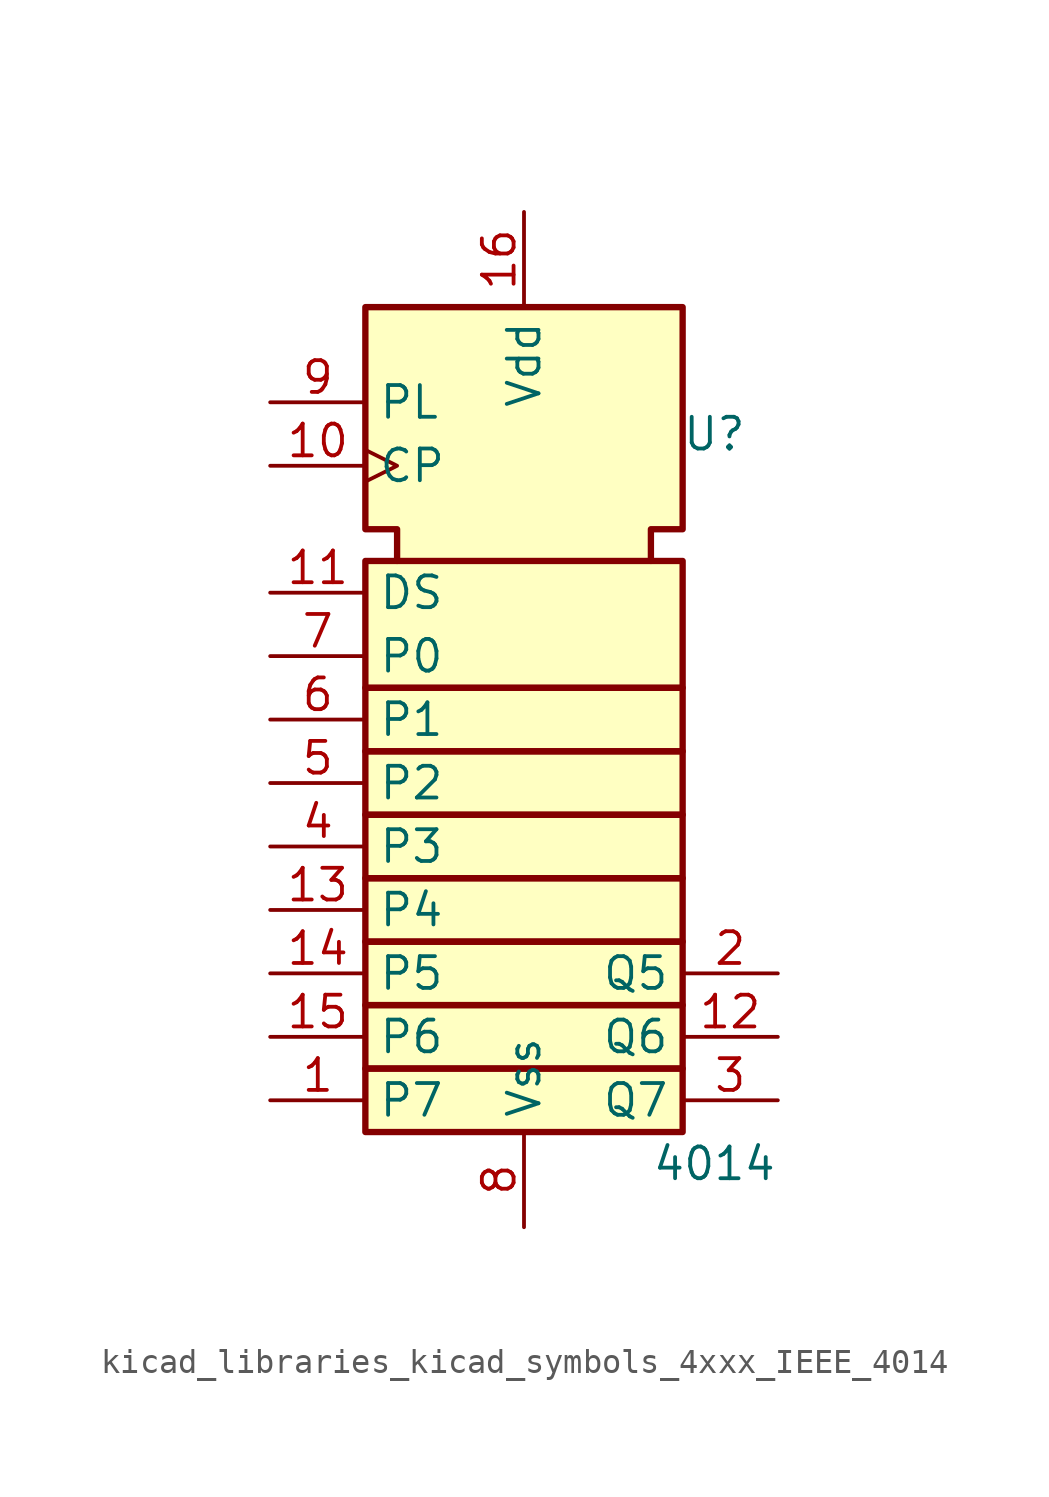
<source format=kicad_sym>
(kicad_symbol_lib
  (version 20220914)
  (generator kicad_symbol_editor)
  (symbol "kicad_libraries_kicad_symbols_4xxx_IEEE_4014"
    (property "Reference" "U"
      (at 7.62 11.43 0)
      (effects (font (size 1.27 1.27))))
    (property "Value" "4014"
      (at 7.62 -17.78 0)
      (effects (font (size 1.27 1.27))))
    (symbol "kicad_libraries_kicad_symbols_4xxx_IEEE_4014_0_1"
      (rectangle (start -6.35 -13.97) (end 6.35 -16.51) (stroke (width 0.254) (type default)) (fill (type background)))
      (rectangle (start -6.35 -11.43) (end 6.35 -13.97) (stroke (width 0.254) (type default)) (fill (type background)))
      (rectangle (start -6.35 -8.89) (end 6.35 -11.43) (stroke (width 0.254) (type default)) (fill (type background)))
      (rectangle (start -6.35 -6.35) (end 6.35 -8.89) (stroke (width 0.254) (type default)) (fill (type background)))
      (rectangle (start -6.35 -3.81) (end 6.35 -6.35) (stroke (width 0.254) (type default)) (fill (type background)))
      (rectangle (start -6.35 -1.27) (end 6.35 -3.81) (stroke (width 0.254) (type default)) (fill (type background)))
      (rectangle (start -6.35 1.27) (end 6.35 -1.27) (stroke (width 0.254) (type default)) (fill (type background)))
      (rectangle (start -6.35 6.35) (end 6.35 1.27) (stroke (width 0.254) (type default)) (fill (type background)))
      (polyline (pts (xy -5.08 6.35) (xy -5.08 7.62) (xy -6.35 7.62) (xy -6.35 16.51) (xy 6.35 16.51) (xy 6.35 7.62) (xy 5.08 7.62) (xy 5.08 6.35) (xy 5.08 6.35)) (stroke (width 0.254) (type default)) (fill (type background))))
    (symbol "kicad_libraries_kicad_symbols_4xxx_IEEE_4014_1_1"
      (pin input line (at -10.16 -15.24 0) (length 3.81) (name "P7" (effects (font (size 1.27 1.27)))) (number "1" (effects (font (size 1.27 1.27)))))
      (pin input clock (at -10.16 10.16 0) (length 3.81) (name "CP" (effects (font (size 1.27 1.27)))) (number "10" (effects (font (size 1.27 1.27)))))
      (pin input line (at -10.16 5.08 0) (length 3.81) (name "DS" (effects (font (size 1.27 1.27)))) (number "11" (effects (font (size 1.27 1.27)))))
      (pin output line (at 10.16 -12.7 180) (length 3.81) (name "Q6" (effects (font (size 1.27 1.27)))) (number "12" (effects (font (size 1.27 1.27)))))
      (pin input line (at -10.16 -7.62 0) (length 3.81) (name "P4" (effects (font (size 1.27 1.27)))) (number "13" (effects (font (size 1.27 1.27)))))
      (pin input line (at -10.16 -10.16 0) (length 3.81) (name "P5" (effects (font (size 1.27 1.27)))) (number "14" (effects (font (size 1.27 1.27)))))
      (pin input line (at -10.16 -12.7 0) (length 3.81) (name "P6" (effects (font (size 1.27 1.27)))) (number "15" (effects (font (size 1.27 1.27)))))
      (pin power_in line (at 0 20.32 270) (length 3.81) (name "Vdd" (effects (font (size 1.27 1.27)))) (number "16" (effects (font (size 1.27 1.27)))))
      (pin output line (at 10.16 -10.16 180) (length 3.81) (name "Q5" (effects (font (size 1.27 1.27)))) (number "2" (effects (font (size 1.27 1.27)))))
      (pin output line (at 10.16 -15.24 180) (length 3.81) (name "Q7" (effects (font (size 1.27 1.27)))) (number "3" (effects (font (size 1.27 1.27)))))
      (pin input line (at -10.16 -5.08 0) (length 3.81) (name "P3" (effects (font (size 1.27 1.27)))) (number "4" (effects (font (size 1.27 1.27)))))
      (pin input line (at -10.16 -2.54 0) (length 3.81) (name "P2" (effects (font (size 1.27 1.27)))) (number "5" (effects (font (size 1.27 1.27)))))
      (pin input line (at -10.16 0 0) (length 3.81) (name "P1" (effects (font (size 1.27 1.27)))) (number "6" (effects (font (size 1.27 1.27)))))
      (pin input line (at -10.16 2.54 0) (length 3.81) (name "P0" (effects (font (size 1.27 1.27)))) (number "7" (effects (font (size 1.27 1.27)))))
      (pin power_in line (at 0 -20.32 90) (length 3.81) (name "Vss" (effects (font (size 1.27 1.27)))) (number "8" (effects (font (size 1.27 1.27)))))
      (pin input line (at -10.16 12.7 0) (length 3.81) (name "PL" (effects (font (size 1.27 1.27)))) (number "9" (effects (font (size 1.27 1.27))))))))
</source>
